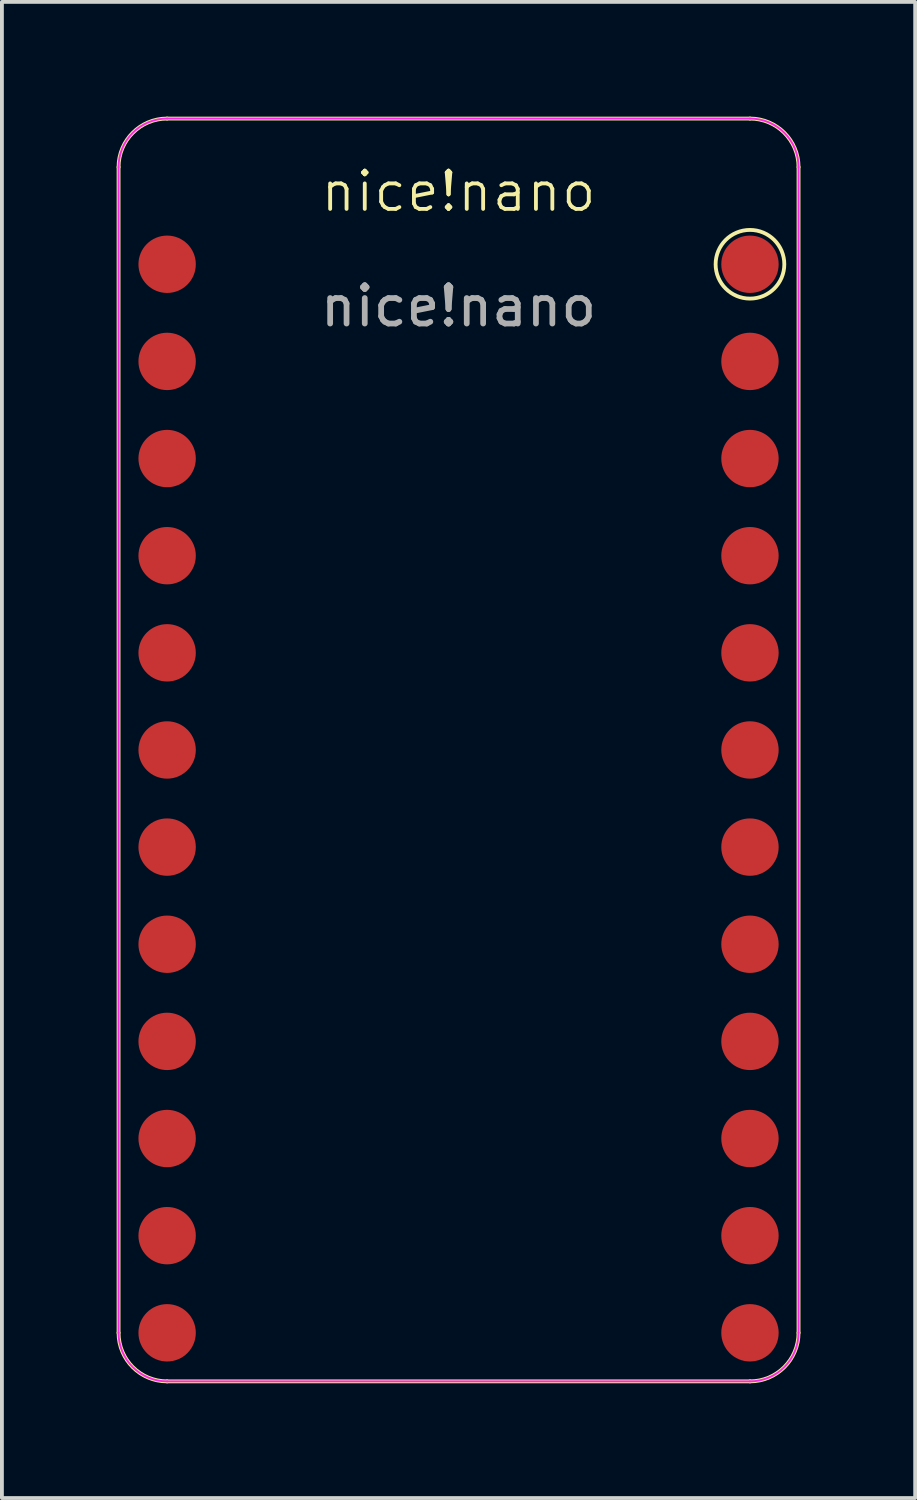
<source format=kicad_pcb>
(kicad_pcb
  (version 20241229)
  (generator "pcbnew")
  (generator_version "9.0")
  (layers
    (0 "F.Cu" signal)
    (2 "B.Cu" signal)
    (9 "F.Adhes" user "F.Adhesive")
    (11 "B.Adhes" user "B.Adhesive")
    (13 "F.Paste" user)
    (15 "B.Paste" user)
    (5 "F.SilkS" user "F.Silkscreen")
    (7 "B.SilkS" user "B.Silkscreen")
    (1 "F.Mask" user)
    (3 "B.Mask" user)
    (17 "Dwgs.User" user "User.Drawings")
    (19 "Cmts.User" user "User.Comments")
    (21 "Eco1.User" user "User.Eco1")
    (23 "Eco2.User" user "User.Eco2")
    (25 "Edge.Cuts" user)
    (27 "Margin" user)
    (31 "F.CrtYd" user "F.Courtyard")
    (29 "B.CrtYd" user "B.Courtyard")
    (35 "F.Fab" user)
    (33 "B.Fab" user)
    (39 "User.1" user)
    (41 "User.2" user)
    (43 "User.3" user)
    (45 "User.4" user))
  (footprint "nice!nano"
    (layer "F.Cu")
    (at 8.94 16.56)
    (property "Reference" "nice!nano" (at 0 -14.605 0) (unlocked yes) (layer "F.SilkS") (effects (font (size 1 1) (thickness 0.1))))
    (attr smd)
    (fp_line (start -8.89 15.24) (end -8.89 -15.24) (stroke (width 0.1) (type default)) (layer "F.SilkS"))
    (fp_line (start -7.62 -16.51) (end 7.62 -16.51) (stroke (width 0.1) (type default)) (layer "F.SilkS"))
    (fp_line (start 7.62 16.51) (end -7.62 16.51) (stroke (width 0.1) (type default)) (layer "F.SilkS"))
    (fp_line (start 8.89 -15.24) (end 8.89 15.24) (stroke (width 0.1) (type default)) (layer "F.SilkS"))
    (fp_arc (start -8.89 -15.24) (mid -8.518026 -16.138026) (end -7.62 -16.51) (stroke (width 0.1) (type default)) (layer "F.SilkS"))
    (fp_arc (start -7.62 16.51) (mid -8.518026 16.138026) (end -8.89 15.24) (stroke (width 0.1) (type default)) (layer "F.SilkS"))
    (fp_arc (start 7.62 -16.51) (mid 8.518026 -16.138026) (end 8.89 -15.24) (stroke (width 0.1) (type default)) (layer "F.SilkS"))
    (fp_arc (start 8.89 15.24) (mid 8.518026 16.138026) (end 7.62 16.51) (stroke (width 0.1) (type default)) (layer "F.SilkS"))
    (fp_circle (center 7.62 -12.7) (end 8.255 -12.065) (stroke (width 0.1) (type default)) (fill no) (layer "F.SilkS"))
    (fp_line (start -8.89 -15.24) (end -8.89 15.24) (stroke (width 0.05) (type default)) (layer "F.CrtYd"))
    (fp_line (start -7.62 16.51) (end 7.62 16.51) (stroke (width 0.05) (type default)) (layer "F.CrtYd"))
    (fp_line (start 7.62 -16.51) (end -7.62 -16.51) (stroke (width 0.05) (type default)) (layer "F.CrtYd"))
    (fp_line (start 8.89 -15.24) (end 8.89 15.24) (stroke (width 0.05) (type default)) (layer "F.CrtYd"))
    (fp_arc (start -8.89 -15.24) (mid -8.518026 -16.138026) (end -7.62 -16.51) (stroke (width 0.05) (type default)) (layer "F.CrtYd"))
    (fp_arc (start -7.62 16.51) (mid -8.518026 16.138026) (end -8.89 15.24) (stroke (width 0.05) (type default)) (layer "F.CrtYd"))
    (fp_arc (start 7.62 -16.51) (mid 8.518026 -16.138026) (end 8.89 -15.24) (stroke (width 0.05) (type default)) (layer "F.CrtYd"))
    (fp_arc (start 8.89 15.24) (mid 8.518026 16.138026) (end 7.62 16.51) (stroke (width 0.05) (type default)) (layer "F.CrtYd"))
    (fp_text user "${REFERENCE}" (at 0 -11.605 0) (unlocked yes) (layer "F.Fab") (effects (font (size 1 1) (thickness 0.15))))
    (pad "1" smd circle (at 7.62 -12.7) (size 1.5 1.5) (layers "F.Cu" "F.Mask" "F.Paste"))
    (pad "2" smd circle (at 7.62 -10.16) (size 1.5 1.5) (layers "F.Cu" "F.Mask" "F.Paste"))
    (pad "3" smd circle (at 7.62 -7.62) (size 1.5 1.5) (layers "F.Cu" "F.Mask" "F.Paste"))
    (pad "4" smd circle (at 7.62 -5.08) (size 1.5 1.5) (layers "F.Cu" "F.Mask" "F.Paste"))
    (pad "5" smd circle (at 7.62 -2.54) (size 1.5 1.5) (layers "F.Cu" "F.Mask" "F.Paste"))
    (pad "6" smd circle (at 7.62 0) (size 1.5 1.5) (layers "F.Cu" "F.Mask" "F.Paste"))
    (pad "7" smd circle (at 7.62 2.54) (size 1.5 1.5) (layers "F.Cu" "F.Mask" "F.Paste"))
    (pad "8" smd circle (at 7.62 5.08) (size 1.5 1.5) (layers "F.Cu" "F.Mask" "F.Paste"))
    (pad "9" smd circle (at 7.62 7.62) (size 1.5 1.5) (layers "F.Cu" "F.Mask" "F.Paste"))
    (pad "10" smd circle (at 7.62 10.16) (size 1.5 1.5) (layers "F.Cu" "F.Mask" "F.Paste"))
    (pad "11" smd circle (at 7.62 12.7) (size 1.5 1.5) (layers "F.Cu" "F.Mask" "F.Paste"))
    (pad "12" smd circle (at 7.62 15.24) (size 1.5 1.5) (layers "F.Cu" "F.Mask" "F.Paste"))
    (pad "13" smd circle (at -7.62 15.24) (size 1.5 1.5) (layers "F.Cu" "F.Mask" "F.Paste"))
    (pad "14" smd circle (at -7.62 12.7) (size 1.5 1.5) (layers "F.Cu" "F.Mask" "F.Paste"))
    (pad "15" smd circle (at -7.62 10.16) (size 1.5 1.5) (layers "F.Cu" "F.Mask" "F.Paste"))
    (pad "16" smd circle (at -7.62 7.62) (size 1.5 1.5) (layers "F.Cu" "F.Mask" "F.Paste"))
    (pad "17" smd circle (at -7.62 5.08) (size 1.5 1.5) (layers "F.Cu" "F.Mask" "F.Paste"))
    (pad "18" smd circle (at -7.62 2.54) (size 1.5 1.5) (layers "F.Cu" "F.Mask" "F.Paste"))
    (pad "19" smd circle (at -7.62 0) (size 1.5 1.5) (layers "F.Cu" "F.Mask" "F.Paste"))
    (pad "20" smd circle (at -7.62 -2.54) (size 1.5 1.5) (layers "F.Cu" "F.Mask" "F.Paste"))
    (pad "21" smd circle (at -7.62 -5.08) (size 1.5 1.5) (layers "F.Cu" "F.Mask" "F.Paste"))
    (pad "22" smd circle (at -7.62 -7.62) (size 1.5 1.5) (layers "F.Cu" "F.Mask" "F.Paste"))
    (pad "23" smd circle (at -7.62 -10.16) (size 1.5 1.5) (layers "F.Cu" "F.Mask" "F.Paste"))
    (pad "24" smd circle (at -7.62 -12.7) (size 1.5 1.5) (layers "F.Cu" "F.Mask" "F.Paste")))
  (gr_rect
    (start -3 -3)
    (end 20.88 36.12)
    (stroke (width 0.1) (type default))
    (fill no)
    (layer "Edge.Cuts")))
</source>
